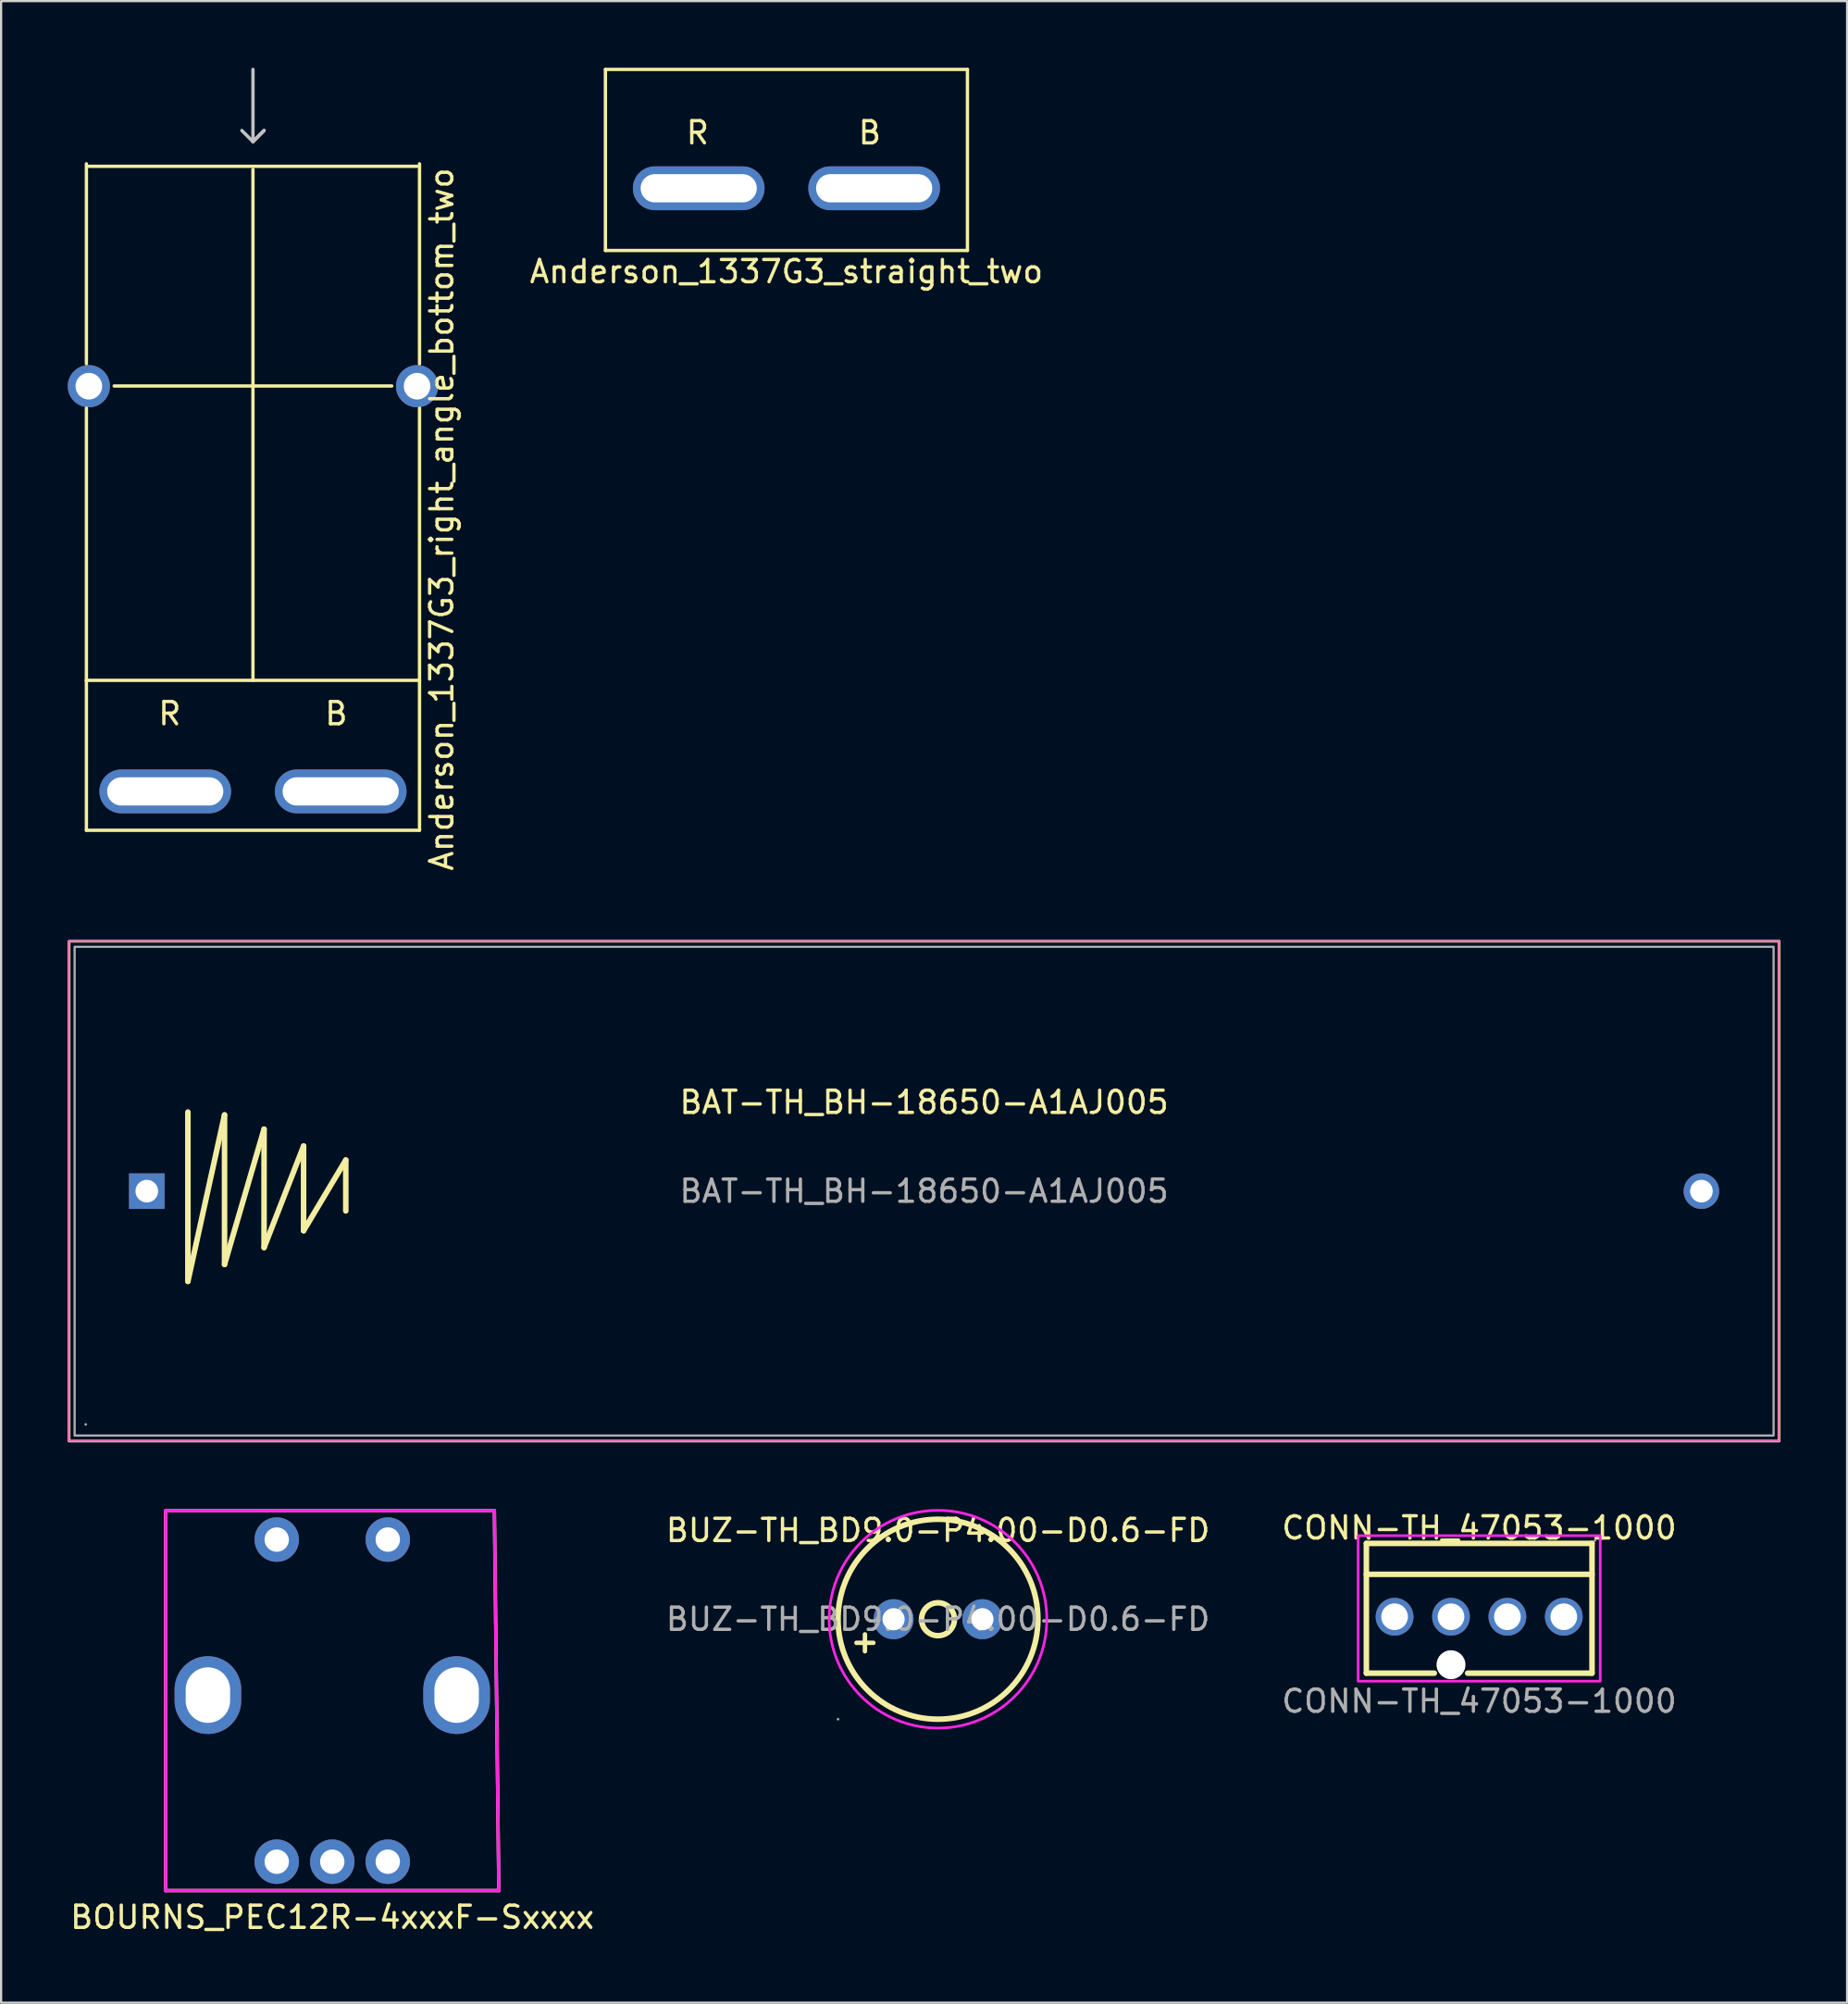
<source format=kicad_pcb>
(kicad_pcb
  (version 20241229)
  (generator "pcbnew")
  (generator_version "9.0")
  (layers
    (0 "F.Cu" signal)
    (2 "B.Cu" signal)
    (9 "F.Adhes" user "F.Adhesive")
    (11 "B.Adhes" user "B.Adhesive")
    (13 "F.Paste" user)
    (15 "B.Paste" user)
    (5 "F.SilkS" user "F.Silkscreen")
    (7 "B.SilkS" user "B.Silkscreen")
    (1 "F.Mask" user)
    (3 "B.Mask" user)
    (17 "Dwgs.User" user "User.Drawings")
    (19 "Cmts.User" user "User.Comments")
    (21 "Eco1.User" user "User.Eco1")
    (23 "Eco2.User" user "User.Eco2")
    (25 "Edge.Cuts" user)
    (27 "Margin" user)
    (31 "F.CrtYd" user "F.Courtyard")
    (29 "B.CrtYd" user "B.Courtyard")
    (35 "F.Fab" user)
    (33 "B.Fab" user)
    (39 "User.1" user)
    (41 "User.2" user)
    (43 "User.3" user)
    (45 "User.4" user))
  (footprint "BAT-TH_BH-18650-A1AJ005"
    (layer "F.Cu")
    (at 38.56 50.57)
    (property "Reference" "BAT-TH_BH-18650-A1AJ005" (at 0 -4 0) (layer "F.SilkS") (effects (font (size 1 1) (thickness 0.15))))
    (attr through_hole)
    (fp_line (start -33.15 -3.56) (end -33.15 4.06) (stroke (width 0.25) (type solid)) (layer "F.SilkS"))
    (fp_line (start -33.15 4.06) (end -31.5 -3.43) (stroke (width 0.25) (type solid)) (layer "F.SilkS"))
    (fp_line (start -31.5 -3.43) (end -31.5 3.3) (stroke (width 0.25) (type solid)) (layer "F.SilkS"))
    (fp_line (start -31.5 3.3) (end -29.72 -2.79) (stroke (width 0.25) (type solid)) (layer "F.SilkS"))
    (fp_line (start -29.72 -2.79) (end -29.72 2.54) (stroke (width 0.25) (type solid)) (layer "F.SilkS"))
    (fp_line (start -29.72 2.54) (end -27.94 -2.03) (stroke (width 0.25) (type solid)) (layer "F.SilkS"))
    (fp_line (start -27.94 -2.03) (end -27.94 1.78) (stroke (width 0.25) (type solid)) (layer "F.SilkS"))
    (fp_line (start -27.94 1.78) (end -26.04 -1.4) (stroke (width 0.25) (type solid)) (layer "F.SilkS"))
    (fp_line (start -26.04 -1.4) (end -26.04 0.89) (stroke (width 0.25) (type solid)) (layer "F.SilkS"))
    (fp_rect (start -38.5 -11.25) (end 38.5 11.25) (stroke (width 0.12) (type default)) (fill no) (layer "F.SilkS"))
    (fp_rect (start -38.5 -11.25) (end 38.5 11.25) (stroke (width 0.05) (type default)) (fill no) (layer "F.CrtYd"))
    (fp_rect (start -38.25 -11) (end 38.25 11) (stroke (width 0.1) (type default)) (fill no) (layer "F.Fab"))
    (fp_circle (center -37.75 10.5) (end -37.72 10.5) (stroke (width 0.06) (type solid)) (fill no) (layer "F.Fab"))
    (fp_text user "${REFERENCE}" (at 0 0 0) (layer "F.Fab") (effects (font (size 1 1) (thickness 0.15))))
    (pad "1" thru_hole rect (at -35 0) (size 1.6 1.6) (drill 1.02) (layers "*.Cu" "*.Mask"))
    (pad "2" thru_hole circle (at 35 0) (size 1.6 1.6) (drill 1.02) (layers "*.Cu" "*.Mask")))
  (footprint "CONN-TH_47053-1000"
    (layer "F.Cu")
    (at 63.554 69.728)
    (property "Reference" "CONN-TH_47053-1000" (at 0 -4 0) (layer "F.SilkS") (effects (font (size 1 1) (thickness 0.15))))
    (attr through_hole)
    (fp_line (start -5.08 -3.3) (end -5.08 2.54) (stroke (width 0.25) (type solid)) (layer "F.SilkS"))
    (fp_line (start -5.08 -3.3) (end 5.08 -3.3) (stroke (width 0.25) (type solid)) (layer "F.SilkS"))
    (fp_line (start -5.08 -1.91) (end 5.08 -1.91) (stroke (width 0.25) (type solid)) (layer "F.SilkS"))
    (fp_line (start -2.02 2.54) (end -5.08 2.54) (stroke (width 0.25) (type solid)) (layer "F.SilkS"))
    (fp_line (start 5.08 -3.3) (end 5.08 2.54) (stroke (width 0.25) (type solid)) (layer "F.SilkS"))
    (fp_line (start 5.08 2.54) (end -0.52 2.54) (stroke (width 0.25) (type solid)) (layer "F.SilkS"))
    (fp_rect (start -5.45 -3.65) (end 5.45 2.9) (stroke (width 0.12) (type default)) (fill no) (layer "F.CrtYd"))
    (fp_circle (center -3.81 0) (end -3.56 0) (stroke (width 0.5) (type solid)) (fill no) (layer "F.Fab"))
    (fp_circle (center -1.27 0) (end -1.02 0) (stroke (width 0.5) (type solid)) (fill no) (layer "F.Fab"))
    (fp_circle (center 1.27 0) (end 1.52 0) (stroke (width 0.5) (type solid)) (fill no) (layer "F.Fab"))
    (fp_circle (center 3.81 0) (end 4.06 0) (stroke (width 0.5) (type solid)) (fill no) (layer "F.Fab"))
    (fp_circle (center 5.21 -3.43) (end 5.24 -3.43) (stroke (width 0.06) (type solid)) (fill no) (layer "F.Fab"))
    (fp_text user "${REFERENCE}" (at 0 3.8 0) (layer "F.Fab") (effects (font (size 1 1) (thickness 0.15))))
    (pad "" np_thru_hole circle (at -1.27 2.16) (size 1.3 1.3) (drill 1.3) (layers "*.Cu" "*.Mask"))
    (pad "1" thru_hole circle (at 3.81 0 180) (size 1.7 1.7) (drill 1.2) (layers "*.Cu" "*.Mask"))
    (pad "2" thru_hole circle (at 1.27 0 180) (size 1.7 1.7) (drill 1.2) (layers "*.Cu" "*.Mask"))
    (pad "3" thru_hole circle (at -1.27 0 180) (size 1.7 1.7) (drill 1.2) (layers "*.Cu" "*.Mask"))
    (pad "4" thru_hole circle (at -3.81 0 180) (size 1.7 1.7) (drill 1.2) (layers "*.Cu" "*.Mask")))
  (footprint "BOURNS_PEC12R-4xxxF-Sxxxx"
    (layer "F.Cu")
    (at 11.911 73.255)
    (property "Reference" "BOURNS_PEC12R-4xxxF-Sxxxx" (at 0 10 0) (layer "F.SilkS") (effects (font (size 1 1) (thickness 0.15))))
    (attr through_hole)
    (fp_line (start -7.5 -8.3) (end 7.3 -8.3) (stroke (width 0.15) (type solid)) (layer "F.SilkS"))
    (fp_line (start -7.5 8.8) (end -7.5 -8.3) (stroke (width 0.15) (type solid)) (layer "F.SilkS"))
    (fp_line (start 7.3 -8.3) (end 7.5 8.8) (stroke (width 0.15) (type solid)) (layer "F.SilkS"))
    (fp_line (start 7.5 8.8) (end -7.5 8.8) (stroke (width 0.15) (type solid)) (layer "F.SilkS"))
    (fp_line (start -7.5 -8.3) (end 7.3 -8.3) (stroke (width 0.15) (type solid)) (layer "F.CrtYd"))
    (fp_line (start -7.5 8.8) (end -7.5 -8.3) (stroke (width 0.15) (type solid)) (layer "F.CrtYd"))
    (fp_line (start 7.3 -8.3) (end 7.5 8.8) (stroke (width 0.15) (type solid)) (layer "F.CrtYd"))
    (fp_line (start 7.5 8.8) (end -7.5 8.8) (stroke (width 0.15) (type solid)) (layer "F.CrtYd"))
    (pad "A" thru_hole circle (at -2.5 7.5) (size 2 2) (drill 1.1) (layers "*.Cu" "*.Mask"))
    (pad "B" thru_hole circle (at 2.5 7.5) (size 2 2) (drill 1.1) (layers "*.Cu" "*.Mask"))
    (pad "C" thru_hole circle (at 0 7.5) (size 2 2) (drill 1.1) (layers "*.Cu" "*.Mask"))
    (pad "S1" thru_hole circle (at -2.5 -7) (size 2 2) (drill 1.1) (layers "*.Cu" "*.Mask"))
    (pad "S2" thru_hole circle (at 2.5 -7) (size 2 2) (drill 1.1) (layers "*.Cu" "*.Mask"))
    (pad "~" thru_hole oval (at -5.6 0) (size 3 3.5) (drill oval 2 2.5) (layers "*.Cu" "*.Mask"))
    (pad "~" thru_hole oval (at 5.6 0) (size 3 3.5) (drill oval 2 2.5) (layers "*.Cu" "*.Mask")))
  (footprint "BUZ-TH_BD9.0-P4.00-D0.6-FD"
    (layer "F.Cu")
    (at 39.185 69.84)
    (property "Reference" "BUZ-TH_BD9.0-P4.00-D0.6-FD" (at 0 -4 0) (layer "F.SilkS") (effects (font (size 1 1) (thickness 0.15))))
    (attr through_hole)
    (fp_circle (center 0 0) (end 0.74 0) (stroke (width 0.25) (type solid)) (fill no) (layer "F.SilkS"))
    (fp_circle (center 0 0) (end 4.5 0) (stroke (width 0.25) (type solid)) (fill no) (layer "F.SilkS"))
    (fp_circle (center 0 0) (end 0 4.9) (stroke (width 0.12) (type default)) (fill no) (layer "F.CrtYd"))
    (fp_circle (center -4.5 4.5) (end -4.47 4.5) (stroke (width 0.06) (type solid)) (fill no) (layer "F.Fab"))
    (fp_circle (center -2 0) (end -1.85 0) (stroke (width 0.3) (type solid)) (fill no) (layer "F.Fab"))
    (fp_circle (center 2 0) (end 2.15 0) (stroke (width 0.3) (type solid)) (fill no) (layer "F.Fab"))
    (fp_text user "+" (at -4.04 0.99 0) (layer "F.SilkS") (effects (font (size 1 1) (thickness 0.2)) (justify left)))
    (fp_text user "${REFERENCE}" (at 0 0 0) (layer "F.Fab") (effects (font (size 1 1) (thickness 0.15))))
    (pad "1" thru_hole circle (at -2 0) (size 1.8 1.8) (drill 1) (layers "*.Cu" "*.Mask"))
    (pad "2" thru_hole circle (at 2 0) (size 1.8 1.8) (drill 1) (layers "*.Cu" "*.Mask")))
  (footprint "Anderson_1337G3_right_angle_bottom_two"
    (layer "F.Cu")
    (at 8.34 32.575)
    (property "Reference" "Anderson_1337G3_right_angle_bottom_two" (at 8.5 -12.25 90) (layer "F.SilkS") (effects (font (size 1 1) (thickness 0.15))))
    (attr through_hole)
    (fp_line (start -7.5 -28.25) (end -7.5 -19.25) (stroke (width 0.15) (type solid)) (layer "F.SilkS"))
    (fp_line (start -7.5 -17.25) (end -7.5 -5) (stroke (width 0.15) (type solid)) (layer "F.SilkS"))
    (fp_line (start -7.5 -5) (end -7.5 1.75) (stroke (width 0.15) (type solid)) (layer "F.SilkS"))
    (fp_line (start -7.5 -5) (end 7.5 -5) (stroke (width 0.15) (type solid)) (layer "F.SilkS"))
    (fp_line (start -7.5 1.75) (end 7.5 1.75) (stroke (width 0.15) (type solid)) (layer "F.SilkS"))
    (fp_line (start -7.39 -28.14) (end 7.39 -28.14) (stroke (width 0.15) (type solid)) (layer "F.SilkS"))
    (fp_line (start -6.25 -18.25) (end 6.25 -18.25) (stroke (width 0.15) (type solid)) (layer "F.SilkS"))
    (fp_line (start 0 -28) (end 0 -5) (stroke (width 0.15) (type solid)) (layer "F.SilkS"))
    (fp_line (start 7.5 -19.25) (end 7.5 -28.25) (stroke (width 0.15) (type solid)) (layer "F.SilkS"))
    (fp_line (start 7.5 -5) (end 7.5 -17.25) (stroke (width 0.15) (type solid)) (layer "F.SilkS"))
    (fp_line (start 7.5 1.75) (end 7.5 -5) (stroke (width 0.15) (type solid)) (layer "F.SilkS"))
    (fp_line (start 0 -32.5) (end 0 -29.25) (stroke (width 0.15) (type solid)) (layer "Dwgs.User"))
    (fp_line (start 0 -29.25) (end -0.5 -29.75) (stroke (width 0.15) (type solid)) (layer "Dwgs.User"))
    (fp_line (start 0 -29.25) (end 0.5 -29.75) (stroke (width 0.15) (type solid)) (layer "Dwgs.User"))
    (fp_line (start 0.5 -29.75) (end 0 -29.25) (stroke (width 0.15) (type solid)) (layer "Dwgs.User"))
    (fp_text user "B" (at 3.75 -3.5 0) (layer "F.SilkS") (effects (font (size 1 1) (thickness 0.15))))
    (fp_text user "R" (at -3.75 -3.5 0) (layer "F.SilkS") (effects (font (size 1 1) (thickness 0.15))))
    (pad "" thru_hole circle (at -7.39 -18.24) (size 1.9 1.9) (drill 1.2) (layers "*.Cu" "*.Mask"))
    (pad "" thru_hole circle (at 7.39 -18.24) (size 1.9 1.9) (drill 1.2) (layers "*.Cu" "*.Mask"))
    (pad "1" thru_hole oval (at -3.95 0) (size 5.93 1.97) (drill oval 5.23 1.27) (layers "*.Cu" "*.Mask"))
    (pad "2" thru_hole oval (at 3.95 0) (size 5.93 1.97) (drill oval 5.23 1.27) (layers "*.Cu" "*.Mask")))
  (footprint "Anderson_1337G3_straight_two"
    (layer "F.Cu")
    (at 32.361 5.425)
    (property "Reference" "Anderson_1337G3_straight_two" (at 0 3.75 0) (layer "F.SilkS") (effects (font (size 1 1) (thickness 0.15))))
    (attr through_hole)
    (fp_line (start -8.15 -5.35) (end 8.15 -5.35) (stroke (width 0.15) (type solid)) (layer "F.SilkS"))
    (fp_line (start -8.15 2.8) (end -8.15 -5.35) (stroke (width 0.15) (type solid)) (layer "F.SilkS"))
    (fp_line (start 8.15 -5.35) (end 8.15 2.8) (stroke (width 0.15) (type solid)) (layer "F.SilkS"))
    (fp_line (start 8.15 2.8) (end -8.15 2.8) (stroke (width 0.15) (type solid)) (layer "F.SilkS"))
    (fp_text user "B" (at 3.75 -2.5 0) (layer "F.SilkS") (effects (font (size 1 1) (thickness 0.15))))
    (fp_text user "R" (at -4 -2.5 0) (layer "F.SilkS") (effects (font (size 1 1) (thickness 0.15))))
    (pad "1" thru_hole oval (at -3.95 0) (size 5.93 1.97) (drill oval 5.23 1.27) (layers "*.Cu" "*.Mask"))
    (pad "2" thru_hole oval (at 3.95 0) (size 5.93 1.97) (drill oval 5.23 1.27) (layers "*.Cu" "*.Mask")))
  (gr_rect
    (start -3 -3)
    (end 80.12 87.103)
    (stroke (width 0.1) (type default))
    (fill no)
    (layer "Edge.Cuts")))
</source>
